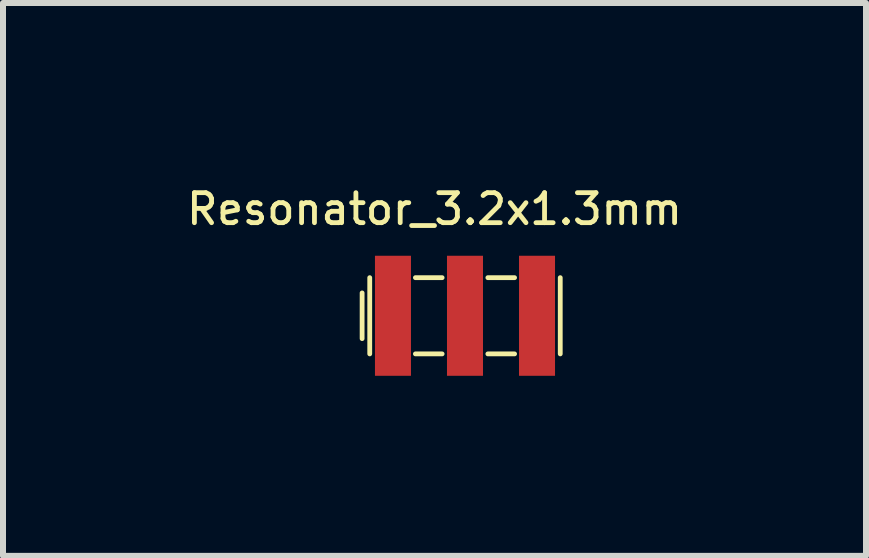
<source format=kicad_pcb>
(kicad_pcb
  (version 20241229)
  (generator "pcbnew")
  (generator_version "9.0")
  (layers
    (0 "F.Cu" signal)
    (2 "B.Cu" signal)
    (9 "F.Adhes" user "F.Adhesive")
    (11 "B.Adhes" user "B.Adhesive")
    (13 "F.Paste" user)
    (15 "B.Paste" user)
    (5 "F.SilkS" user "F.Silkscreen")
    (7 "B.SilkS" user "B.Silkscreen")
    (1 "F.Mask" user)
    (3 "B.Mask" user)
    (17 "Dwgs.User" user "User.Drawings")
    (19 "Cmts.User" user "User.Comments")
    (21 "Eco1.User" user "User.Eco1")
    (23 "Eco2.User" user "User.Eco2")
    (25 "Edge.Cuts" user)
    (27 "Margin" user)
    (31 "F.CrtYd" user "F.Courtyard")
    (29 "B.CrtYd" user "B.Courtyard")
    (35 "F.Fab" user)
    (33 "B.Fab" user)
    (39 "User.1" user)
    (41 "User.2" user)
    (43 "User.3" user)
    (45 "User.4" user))
  (footprint "Resonator_3.2x1.3mm"
    (layer "F.Cu")
    (at 4.697 2.211)
    (property "Reference" "Resonator_3.2x1.3mm" (at -0.508 -1.778 0) (layer "F.SilkS") (effects (font (size 0.5 0.5) (thickness 0.08))))
    (attr through_hole)
    (fp_line (start -1.714 -0.381) (end -1.714 0.381) (stroke (width 0.08) (type solid)) (layer "F.SilkS"))
    (fp_line (start -1.587 -0.635) (end -1.587 0.635) (stroke (width 0.08) (type solid)) (layer "F.SilkS"))
    (fp_line (start -0.826 -0.635) (end -0.381 -0.635) (stroke (width 0.08) (type solid)) (layer "F.SilkS"))
    (fp_line (start -0.826 0.635) (end -0.381 0.635) (stroke (width 0.08) (type solid)) (layer "F.SilkS"))
    (fp_line (start 0.381 -0.635) (end 0.826 -0.635) (stroke (width 0.08) (type solid)) (layer "F.SilkS"))
    (fp_line (start 0.381 0.635) (end 0.826 0.635) (stroke (width 0.08) (type solid)) (layer "F.SilkS"))
    (fp_line (start 1.587 -0.635) (end 1.587 0.635) (stroke (width 0.08) (type solid)) (layer "F.SilkS"))
    (pad "1" smd rect (at -1.2 0) (size 0.6 2) (layers "F.Cu" "F.Mask" "F.Paste"))
    (pad "2" smd rect (at 0 0) (size 0.6 2) (layers "F.Cu" "F.Mask" "F.Paste"))
    (pad "3" smd rect (at 1.2 0) (size 0.6 2) (layers "F.Cu" "F.Mask" "F.Paste")))
  (gr_rect
    (start -3 -3)
    (end 11.378 6.211)
    (stroke (width 0.1) (type default))
    (fill no)
    (layer "Edge.Cuts")))
</source>
